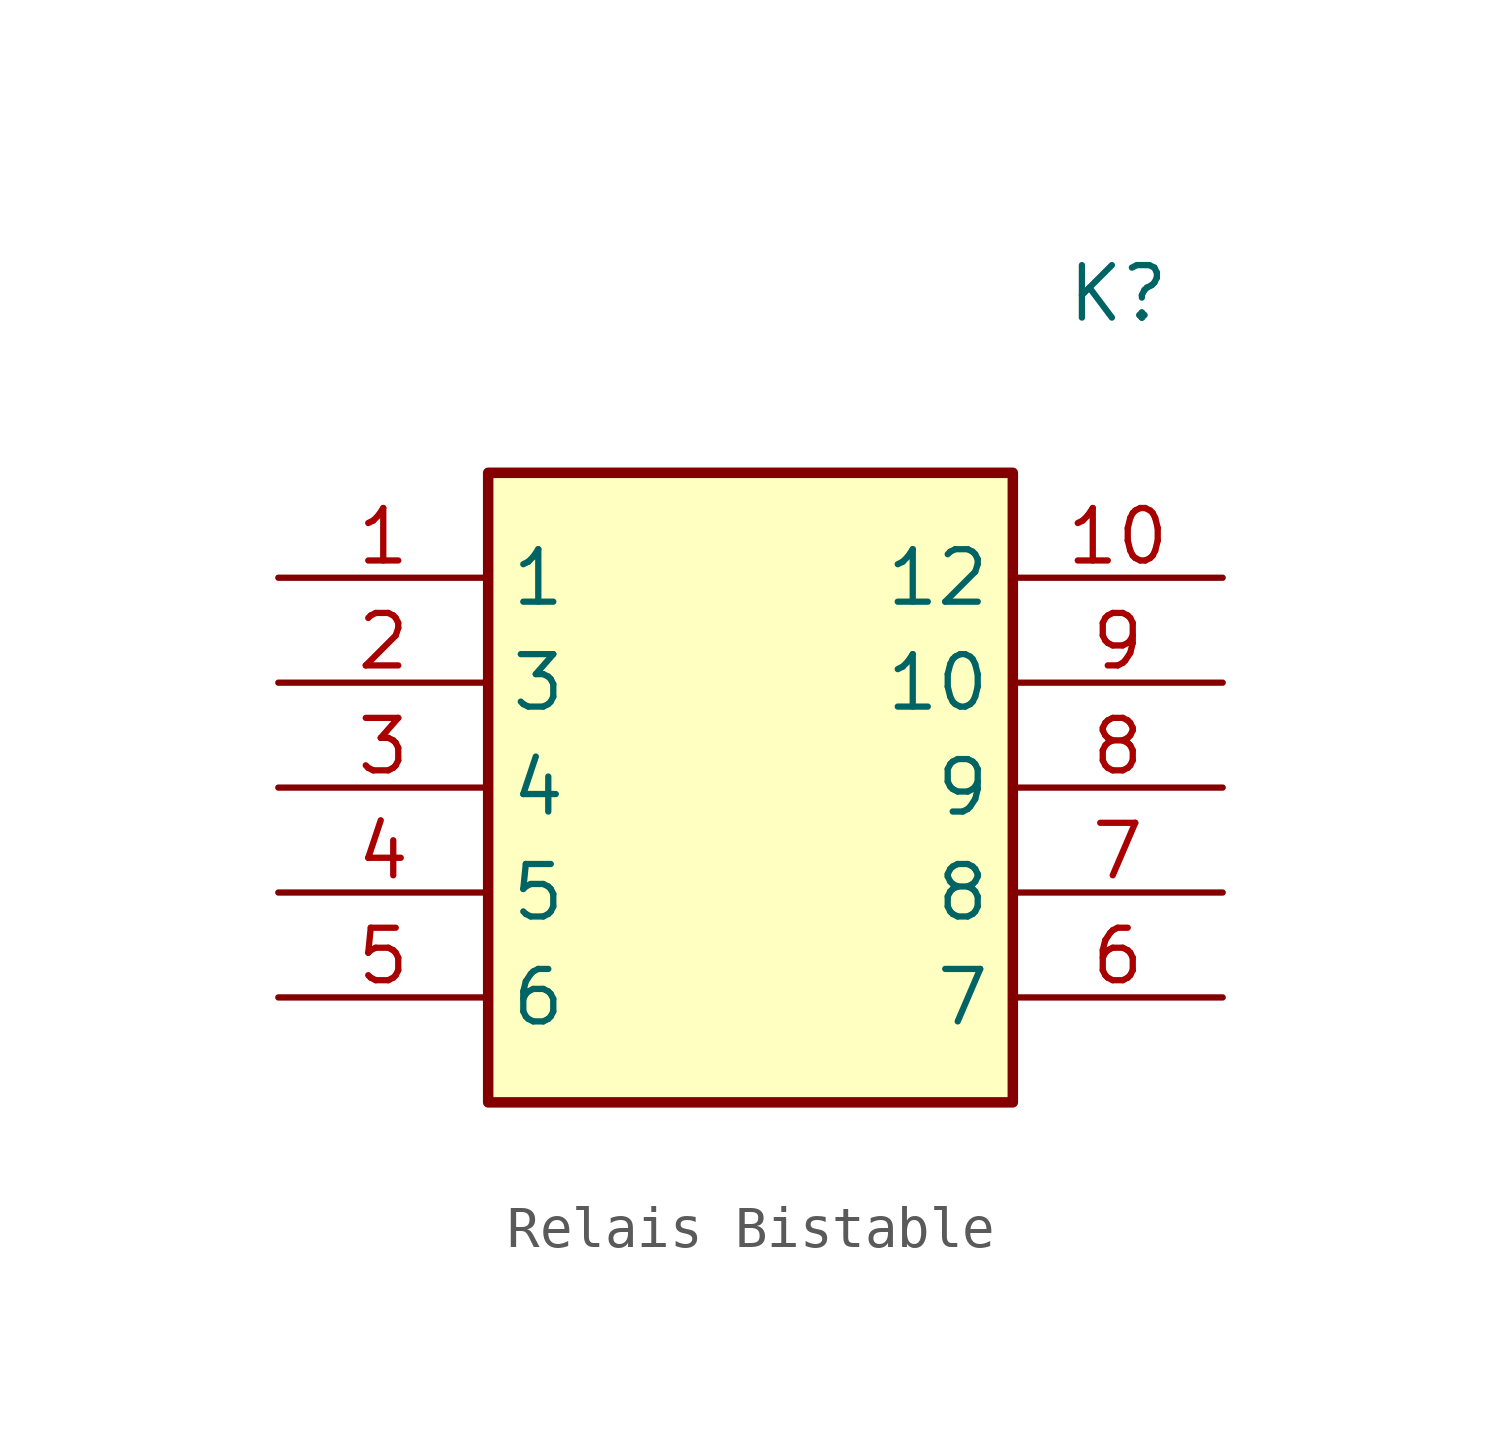
<source format=kicad_sym>
(kicad_symbol_lib
  (version 20220914)
  (generator kicad_symbol_editor)
  (symbol "Relais Bistable"
    (property "Reference" "K"
      (at 19.05 7.62 0)
      (effects (font (size 1.27 1.27)) (justify left top)))
    (symbol "Relais Bistable_1_1"
      (rectangle (start 5.08 2.54) (end 17.78 -12.7) (stroke (width 0.254) (type default)) (fill (type background)))
      (pin passive line (at 0 0 0) (length 5.08) (name "1" (effects (font (size 1.27 1.27)))) (number "1" (effects (font (size 1.27 1.27)))))
      (pin passive line (at 22.86 0 180) (length 5.08) (name "12" (effects (font (size 1.27 1.27)))) (number "10" (effects (font (size 1.27 1.27)))))
      (pin passive line (at 0 -2.54 0) (length 5.08) (name "3" (effects (font (size 1.27 1.27)))) (number "2" (effects (font (size 1.27 1.27)))))
      (pin passive line (at 0 -5.08 0) (length 5.08) (name "4" (effects (font (size 1.27 1.27)))) (number "3" (effects (font (size 1.27 1.27)))))
      (pin passive line (at 0 -7.62 0) (length 5.08) (name "5" (effects (font (size 1.27 1.27)))) (number "4" (effects (font (size 1.27 1.27)))))
      (pin passive line (at 0 -10.16 0) (length 5.08) (name "6" (effects (font (size 1.27 1.27)))) (number "5" (effects (font (size 1.27 1.27)))))
      (pin passive line (at 22.86 -10.16 180) (length 5.08) (name "7" (effects (font (size 1.27 1.27)))) (number "6" (effects (font (size 1.27 1.27)))))
      (pin passive line (at 22.86 -7.62 180) (length 5.08) (name "8" (effects (font (size 1.27 1.27)))) (number "7" (effects (font (size 1.27 1.27)))))
      (pin passive line (at 22.86 -5.08 180) (length 5.08) (name "9" (effects (font (size 1.27 1.27)))) (number "8" (effects (font (size 1.27 1.27)))))
      (pin passive line (at 22.86 -2.54 180) (length 5.08) (name "10" (effects (font (size 1.27 1.27)))) (number "9" (effects (font (size 1.27 1.27))))))))
</source>
